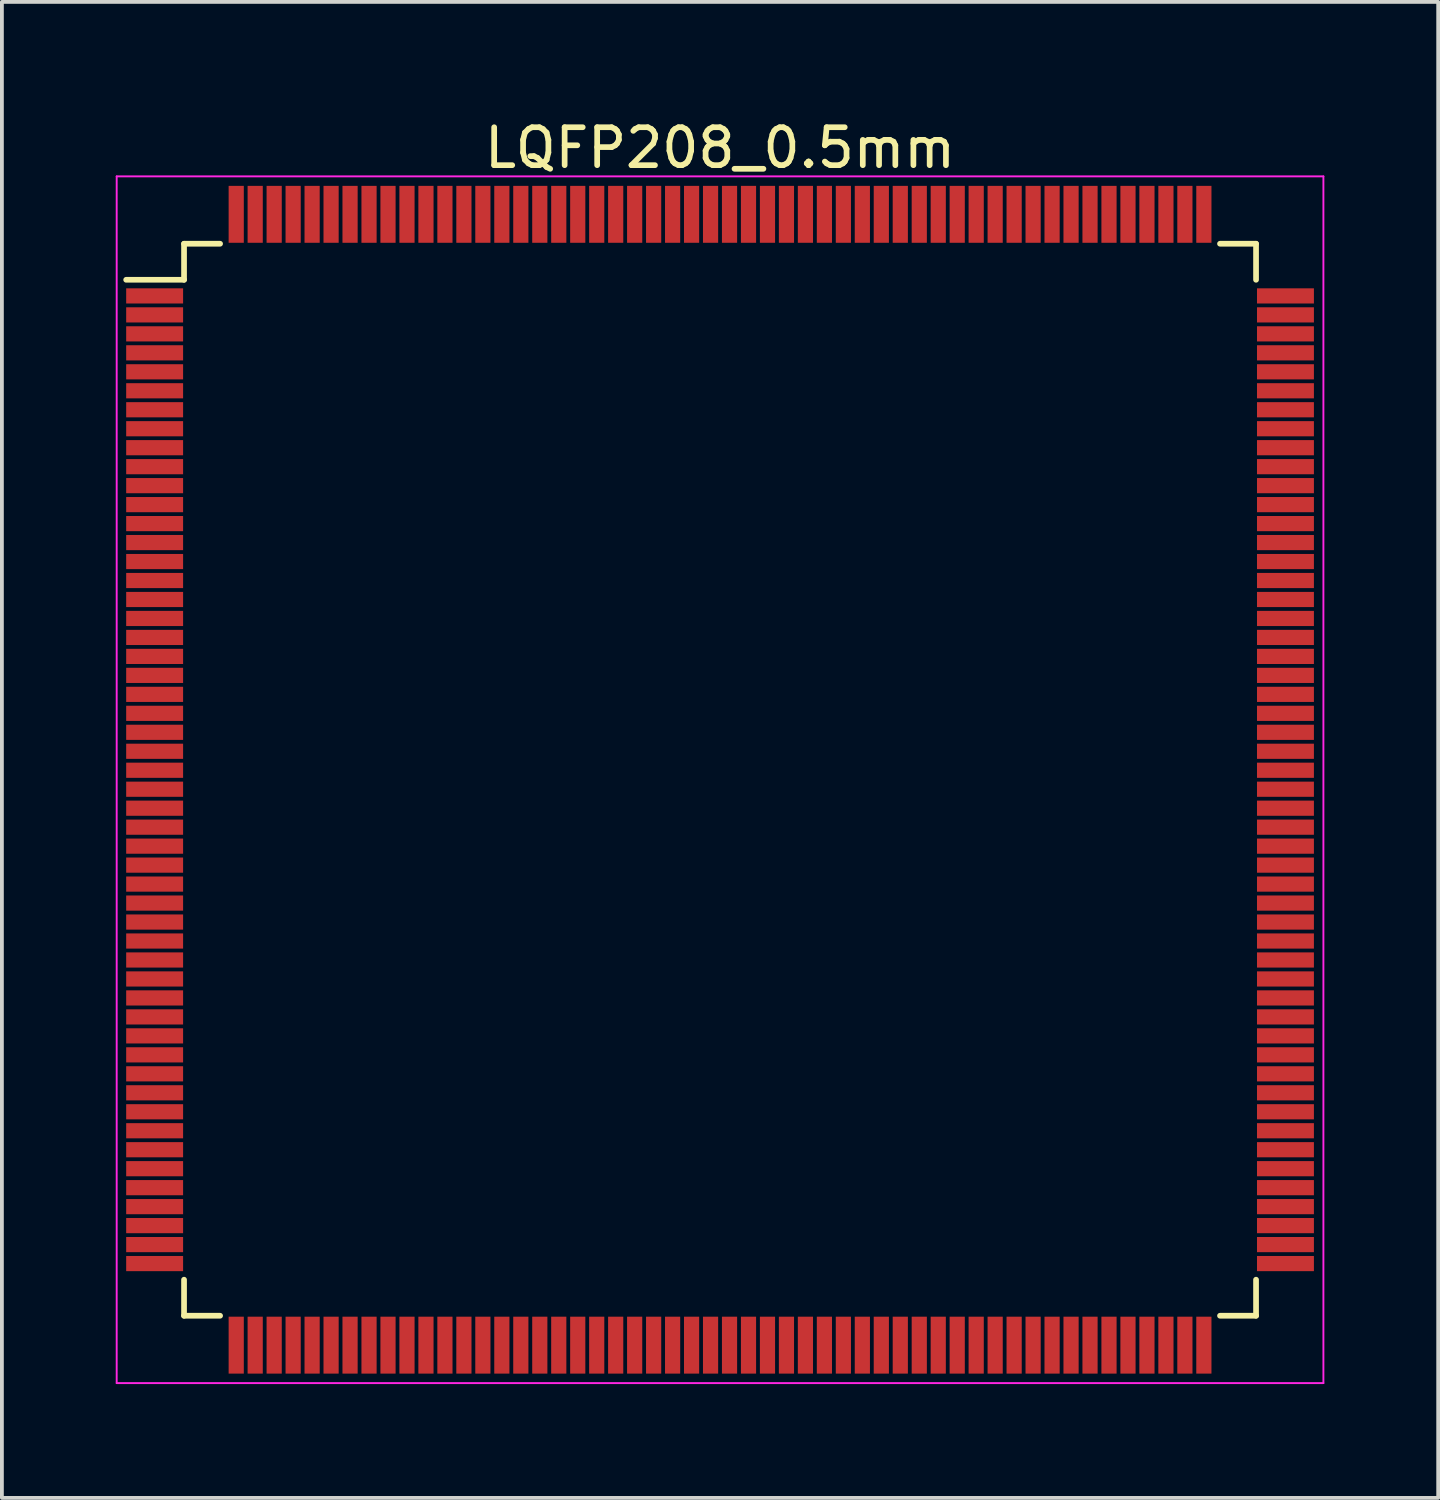
<source format=kicad_pcb>
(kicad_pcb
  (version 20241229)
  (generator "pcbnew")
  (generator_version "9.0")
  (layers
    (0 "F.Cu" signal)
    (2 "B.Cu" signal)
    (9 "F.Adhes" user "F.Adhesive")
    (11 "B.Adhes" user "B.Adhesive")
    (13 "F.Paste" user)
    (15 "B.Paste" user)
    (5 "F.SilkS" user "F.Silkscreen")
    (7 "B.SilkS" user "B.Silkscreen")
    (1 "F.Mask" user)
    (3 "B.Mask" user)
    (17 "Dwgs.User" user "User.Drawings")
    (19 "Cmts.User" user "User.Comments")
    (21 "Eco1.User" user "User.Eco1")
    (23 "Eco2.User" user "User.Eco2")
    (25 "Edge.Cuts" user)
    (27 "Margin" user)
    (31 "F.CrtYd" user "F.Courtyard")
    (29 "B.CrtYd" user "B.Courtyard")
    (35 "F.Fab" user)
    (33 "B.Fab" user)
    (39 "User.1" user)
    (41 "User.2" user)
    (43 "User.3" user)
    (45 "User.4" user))
  (footprint "LQFP208_0.5mm"
    (layer "F.Cu")
    (at 15.925 17.498)
    (property "Reference" "LQFP208_0.5mm" (at 0 -16.65 0) (layer "F.SilkS") (effects (font (size 1 1) (thickness 0.15))))
    (attr smd)
    (fp_line (start -14.125 -14.125) (end -14.125 -13.175) (stroke (width 0.15) (type solid)) (layer "F.SilkS"))
    (fp_line (start -14.125 -14.125) (end -13.175 -14.125) (stroke (width 0.15) (type solid)) (layer "F.SilkS"))
    (fp_line (start -14.125 -13.175) (end -15.65 -13.175) (stroke (width 0.15) (type solid)) (layer "F.SilkS"))
    (fp_line (start -14.125 14.125) (end -14.125 13.175) (stroke (width 0.15) (type solid)) (layer "F.SilkS"))
    (fp_line (start -14.125 14.125) (end -13.175 14.125) (stroke (width 0.15) (type solid)) (layer "F.SilkS"))
    (fp_line (start 14.125 -14.125) (end 13.175 -14.125) (stroke (width 0.15) (type solid)) (layer "F.SilkS"))
    (fp_line (start 14.125 -14.125) (end 14.125 -13.175) (stroke (width 0.15) (type solid)) (layer "F.SilkS"))
    (fp_line (start 14.125 14.125) (end 13.175 14.125) (stroke (width 0.15) (type solid)) (layer "F.SilkS"))
    (fp_line (start 14.125 14.125) (end 14.125 13.175) (stroke (width 0.15) (type solid)) (layer "F.SilkS"))
    (fp_line (start -15.9 -15.9) (end -15.9 15.9) (stroke (width 0.05) (type solid)) (layer "F.CrtYd"))
    (fp_line (start -15.9 -15.9) (end 15.9 -15.9) (stroke (width 0.05) (type solid)) (layer "F.CrtYd"))
    (fp_line (start -15.9 15.9) (end 15.9 15.9) (stroke (width 0.05) (type solid)) (layer "F.CrtYd"))
    (fp_line (start 15.9 -15.9) (end 15.9 15.9) (stroke (width 0.05) (type solid)) (layer "F.CrtYd"))
    (pad "1" smd rect (at -14.9 -12.75) (size 1.5 0.4) (layers "F.Cu" "F.Mask" "F.Paste"))
    (pad "2" smd rect (at -14.9 -12.25) (size 1.5 0.4) (layers "F.Cu" "F.Mask" "F.Paste"))
    (pad "3" smd rect (at -14.9 -11.75) (size 1.5 0.4) (layers "F.Cu" "F.Mask" "F.Paste"))
    (pad "4" smd rect (at -14.9 -11.25) (size 1.5 0.4) (layers "F.Cu" "F.Mask" "F.Paste"))
    (pad "5" smd rect (at -14.9 -10.75) (size 1.5 0.4) (layers "F.Cu" "F.Mask" "F.Paste"))
    (pad "6" smd rect (at -14.9 -10.25) (size 1.5 0.4) (layers "F.Cu" "F.Mask" "F.Paste"))
    (pad "7" smd rect (at -14.9 -9.75) (size 1.5 0.4) (layers "F.Cu" "F.Mask" "F.Paste"))
    (pad "8" smd rect (at -14.9 -9.25) (size 1.5 0.4) (layers "F.Cu" "F.Mask" "F.Paste"))
    (pad "9" smd rect (at -14.9 -8.75) (size 1.5 0.4) (layers "F.Cu" "F.Mask" "F.Paste"))
    (pad "10" smd rect (at -14.9 -8.25) (size 1.5 0.4) (layers "F.Cu" "F.Mask" "F.Paste"))
    (pad "11" smd rect (at -14.9 -7.75) (size 1.5 0.4) (layers "F.Cu" "F.Mask" "F.Paste"))
    (pad "12" smd rect (at -14.9 -7.25) (size 1.5 0.4) (layers "F.Cu" "F.Mask" "F.Paste"))
    (pad "13" smd rect (at -14.9 -6.75) (size 1.5 0.4) (layers "F.Cu" "F.Mask" "F.Paste"))
    (pad "14" smd rect (at -14.9 -6.25) (size 1.5 0.4) (layers "F.Cu" "F.Mask" "F.Paste"))
    (pad "15" smd rect (at -14.9 -5.75) (size 1.5 0.4) (layers "F.Cu" "F.Mask" "F.Paste"))
    (pad "16" smd rect (at -14.9 -5.25) (size 1.5 0.4) (layers "F.Cu" "F.Mask" "F.Paste"))
    (pad "17" smd rect (at -14.9 -4.75) (size 1.5 0.4) (layers "F.Cu" "F.Mask" "F.Paste"))
    (pad "18" smd rect (at -14.9 -4.25) (size 1.5 0.4) (layers "F.Cu" "F.Mask" "F.Paste"))
    (pad "19" smd rect (at -14.9 -3.75) (size 1.5 0.4) (layers "F.Cu" "F.Mask" "F.Paste"))
    (pad "20" smd rect (at -14.9 -3.25) (size 1.5 0.4) (layers "F.Cu" "F.Mask" "F.Paste"))
    (pad "21" smd rect (at -14.9 -2.75) (size 1.5 0.4) (layers "F.Cu" "F.Mask" "F.Paste"))
    (pad "22" smd rect (at -14.9 -2.25) (size 1.5 0.4) (layers "F.Cu" "F.Mask" "F.Paste"))
    (pad "23" smd rect (at -14.9 -1.75) (size 1.5 0.4) (layers "F.Cu" "F.Mask" "F.Paste"))
    (pad "24" smd rect (at -14.9 -1.25) (size 1.5 0.4) (layers "F.Cu" "F.Mask" "F.Paste"))
    (pad "25" smd rect (at -14.9 -0.75) (size 1.5 0.4) (layers "F.Cu" "F.Mask" "F.Paste"))
    (pad "26" smd rect (at -14.9 -0.25) (size 1.5 0.4) (layers "F.Cu" "F.Mask" "F.Paste"))
    (pad "27" smd rect (at -14.9 0.25) (size 1.5 0.4) (layers "F.Cu" "F.Mask" "F.Paste"))
    (pad "28" smd rect (at -14.9 0.75) (size 1.5 0.4) (layers "F.Cu" "F.Mask" "F.Paste"))
    (pad "29" smd rect (at -14.9 1.25) (size 1.5 0.4) (layers "F.Cu" "F.Mask" "F.Paste"))
    (pad "30" smd rect (at -14.9 1.75) (size 1.5 0.4) (layers "F.Cu" "F.Mask" "F.Paste"))
    (pad "31" smd rect (at -14.9 2.25) (size 1.5 0.4) (layers "F.Cu" "F.Mask" "F.Paste"))
    (pad "32" smd rect (at -14.9 2.75) (size 1.5 0.4) (layers "F.Cu" "F.Mask" "F.Paste"))
    (pad "33" smd rect (at -14.9 3.25) (size 1.5 0.4) (layers "F.Cu" "F.Mask" "F.Paste"))
    (pad "34" smd rect (at -14.9 3.75) (size 1.5 0.4) (layers "F.Cu" "F.Mask" "F.Paste"))
    (pad "35" smd rect (at -14.9 4.25) (size 1.5 0.4) (layers "F.Cu" "F.Mask" "F.Paste"))
    (pad "36" smd rect (at -14.9 4.75) (size 1.5 0.4) (layers "F.Cu" "F.Mask" "F.Paste"))
    (pad "37" smd rect (at -14.9 5.25) (size 1.5 0.4) (layers "F.Cu" "F.Mask" "F.Paste"))
    (pad "38" smd rect (at -14.9 5.75) (size 1.5 0.4) (layers "F.Cu" "F.Mask" "F.Paste"))
    (pad "39" smd rect (at -14.9 6.25) (size 1.5 0.4) (layers "F.Cu" "F.Mask" "F.Paste"))
    (pad "40" smd rect (at -14.9 6.75) (size 1.5 0.4) (layers "F.Cu" "F.Mask" "F.Paste"))
    (pad "41" smd rect (at -14.9 7.25) (size 1.5 0.4) (layers "F.Cu" "F.Mask" "F.Paste"))
    (pad "42" smd rect (at -14.9 7.75) (size 1.5 0.4) (layers "F.Cu" "F.Mask" "F.Paste"))
    (pad "43" smd rect (at -14.9 8.25) (size 1.5 0.4) (layers "F.Cu" "F.Mask" "F.Paste"))
    (pad "44" smd rect (at -14.9 8.75) (size 1.5 0.4) (layers "F.Cu" "F.Mask" "F.Paste"))
    (pad "45" smd rect (at -14.9 9.25) (size 1.5 0.4) (layers "F.Cu" "F.Mask" "F.Paste"))
    (pad "46" smd rect (at -14.9 9.75) (size 1.5 0.4) (layers "F.Cu" "F.Mask" "F.Paste"))
    (pad "47" smd rect (at -14.9 10.25) (size 1.5 0.4) (layers "F.Cu" "F.Mask" "F.Paste"))
    (pad "48" smd rect (at -14.9 10.75) (size 1.5 0.4) (layers "F.Cu" "F.Mask" "F.Paste"))
    (pad "49" smd rect (at -14.9 11.25) (size 1.5 0.4) (layers "F.Cu" "F.Mask" "F.Paste"))
    (pad "50" smd rect (at -14.9 11.75) (size 1.5 0.4) (layers "F.Cu" "F.Mask" "F.Paste"))
    (pad "51" smd rect (at -14.9 12.25) (size 1.5 0.4) (layers "F.Cu" "F.Mask" "F.Paste"))
    (pad "52" smd rect (at -14.9 12.75) (size 1.5 0.4) (layers "F.Cu" "F.Mask" "F.Paste"))
    (pad "53" smd rect (at -12.75 14.9 90) (size 1.5 0.4) (layers "F.Cu" "F.Mask" "F.Paste"))
    (pad "54" smd rect (at -12.25 14.9 90) (size 1.5 0.4) (layers "F.Cu" "F.Mask" "F.Paste"))
    (pad "55" smd rect (at -11.75 14.9 90) (size 1.5 0.4) (layers "F.Cu" "F.Mask" "F.Paste"))
    (pad "56" smd rect (at -11.25 14.9 90) (size 1.5 0.4) (layers "F.Cu" "F.Mask" "F.Paste"))
    (pad "57" smd rect (at -10.75 14.9 90) (size 1.5 0.4) (layers "F.Cu" "F.Mask" "F.Paste"))
    (pad "58" smd rect (at -10.25 14.9 90) (size 1.5 0.4) (layers "F.Cu" "F.Mask" "F.Paste"))
    (pad "59" smd rect (at -9.75 14.9 90) (size 1.5 0.4) (layers "F.Cu" "F.Mask" "F.Paste"))
    (pad "60" smd rect (at -9.25 14.9 90) (size 1.5 0.4) (layers "F.Cu" "F.Mask" "F.Paste"))
    (pad "61" smd rect (at -8.75 14.9 90) (size 1.5 0.4) (layers "F.Cu" "F.Mask" "F.Paste"))
    (pad "62" smd rect (at -8.25 14.9 90) (size 1.5 0.4) (layers "F.Cu" "F.Mask" "F.Paste"))
    (pad "63" smd rect (at -7.75 14.9 90) (size 1.5 0.4) (layers "F.Cu" "F.Mask" "F.Paste"))
    (pad "64" smd rect (at -7.25 14.9 90) (size 1.5 0.4) (layers "F.Cu" "F.Mask" "F.Paste"))
    (pad "65" smd rect (at -6.75 14.9 90) (size 1.5 0.4) (layers "F.Cu" "F.Mask" "F.Paste"))
    (pad "66" smd rect (at -6.25 14.9 90) (size 1.5 0.4) (layers "F.Cu" "F.Mask" "F.Paste"))
    (pad "67" smd rect (at -5.75 14.9 90) (size 1.5 0.4) (layers "F.Cu" "F.Mask" "F.Paste"))
    (pad "68" smd rect (at -5.25 14.9 90) (size 1.5 0.4) (layers "F.Cu" "F.Mask" "F.Paste"))
    (pad "69" smd rect (at -4.75 14.9 90) (size 1.5 0.4) (layers "F.Cu" "F.Mask" "F.Paste"))
    (pad "70" smd rect (at -4.25 14.9 90) (size 1.5 0.4) (layers "F.Cu" "F.Mask" "F.Paste"))
    (pad "71" smd rect (at -3.75 14.9 90) (size 1.5 0.4) (layers "F.Cu" "F.Mask" "F.Paste"))
    (pad "72" smd rect (at -3.25 14.9 90) (size 1.5 0.4) (layers "F.Cu" "F.Mask" "F.Paste"))
    (pad "73" smd rect (at -2.75 14.9 90) (size 1.5 0.4) (layers "F.Cu" "F.Mask" "F.Paste"))
    (pad "74" smd rect (at -2.25 14.9 90) (size 1.5 0.4) (layers "F.Cu" "F.Mask" "F.Paste"))
    (pad "75" smd rect (at -1.75 14.9 90) (size 1.5 0.4) (layers "F.Cu" "F.Mask" "F.Paste"))
    (pad "76" smd rect (at -1.25 14.9 90) (size 1.5 0.4) (layers "F.Cu" "F.Mask" "F.Paste"))
    (pad "77" smd rect (at -0.75 14.9 90) (size 1.5 0.4) (layers "F.Cu" "F.Mask" "F.Paste"))
    (pad "78" smd rect (at -0.25 14.9 90) (size 1.5 0.4) (layers "F.Cu" "F.Mask" "F.Paste"))
    (pad "79" smd rect (at 0.25 14.9 90) (size 1.5 0.4) (layers "F.Cu" "F.Mask" "F.Paste"))
    (pad "80" smd rect (at 0.75 14.9 90) (size 1.5 0.4) (layers "F.Cu" "F.Mask" "F.Paste"))
    (pad "81" smd rect (at 1.25 14.9 90) (size 1.5 0.4) (layers "F.Cu" "F.Mask" "F.Paste"))
    (pad "82" smd rect (at 1.75 14.9 90) (size 1.5 0.4) (layers "F.Cu" "F.Mask" "F.Paste"))
    (pad "83" smd rect (at 2.25 14.9 90) (size 1.5 0.4) (layers "F.Cu" "F.Mask" "F.Paste"))
    (pad "84" smd rect (at 2.75 14.9 90) (size 1.5 0.4) (layers "F.Cu" "F.Mask" "F.Paste"))
    (pad "85" smd rect (at 3.25 14.9 90) (size 1.5 0.4) (layers "F.Cu" "F.Mask" "F.Paste"))
    (pad "86" smd rect (at 3.75 14.9 90) (size 1.5 0.4) (layers "F.Cu" "F.Mask" "F.Paste"))
    (pad "87" smd rect (at 4.25 14.9 90) (size 1.5 0.4) (layers "F.Cu" "F.Mask" "F.Paste"))
    (pad "88" smd rect (at 4.75 14.9 90) (size 1.5 0.4) (layers "F.Cu" "F.Mask" "F.Paste"))
    (pad "89" smd rect (at 5.25 14.9 90) (size 1.5 0.4) (layers "F.Cu" "F.Mask" "F.Paste"))
    (pad "90" smd rect (at 5.75 14.9 90) (size 1.5 0.4) (layers "F.Cu" "F.Mask" "F.Paste"))
    (pad "91" smd rect (at 6.25 14.9 90) (size 1.5 0.4) (layers "F.Cu" "F.Mask" "F.Paste"))
    (pad "92" smd rect (at 6.75 14.9 90) (size 1.5 0.4) (layers "F.Cu" "F.Mask" "F.Paste"))
    (pad "93" smd rect (at 7.25 14.9 90) (size 1.5 0.4) (layers "F.Cu" "F.Mask" "F.Paste"))
    (pad "94" smd rect (at 7.75 14.9 90) (size 1.5 0.4) (layers "F.Cu" "F.Mask" "F.Paste"))
    (pad "95" smd rect (at 8.25 14.9 90) (size 1.5 0.4) (layers "F.Cu" "F.Mask" "F.Paste"))
    (pad "96" smd rect (at 8.75 14.9 90) (size 1.5 0.4) (layers "F.Cu" "F.Mask" "F.Paste"))
    (pad "97" smd rect (at 9.25 14.9 90) (size 1.5 0.4) (layers "F.Cu" "F.Mask" "F.Paste"))
    (pad "98" smd rect (at 9.75 14.9 90) (size 1.5 0.4) (layers "F.Cu" "F.Mask" "F.Paste"))
    (pad "99" smd rect (at 10.25 14.9 90) (size 1.5 0.4) (layers "F.Cu" "F.Mask" "F.Paste"))
    (pad "100" smd rect (at 10.75 14.9 90) (size 1.5 0.4) (layers "F.Cu" "F.Mask" "F.Paste"))
    (pad "101" smd rect (at 11.25 14.9 90) (size 1.5 0.4) (layers "F.Cu" "F.Mask" "F.Paste"))
    (pad "102" smd rect (at 11.75 14.9 90) (size 1.5 0.4) (layers "F.Cu" "F.Mask" "F.Paste"))
    (pad "103" smd rect (at 12.25 14.9 90) (size 1.5 0.4) (layers "F.Cu" "F.Mask" "F.Paste"))
    (pad "104" smd rect (at 12.75 14.9 90) (size 1.5 0.4) (layers "F.Cu" "F.Mask" "F.Paste"))
    (pad "105" smd rect (at 14.9 12.75) (size 1.5 0.4) (layers "F.Cu" "F.Mask" "F.Paste"))
    (pad "106" smd rect (at 14.9 12.25) (size 1.5 0.4) (layers "F.Cu" "F.Mask" "F.Paste"))
    (pad "107" smd rect (at 14.9 11.75) (size 1.5 0.4) (layers "F.Cu" "F.Mask" "F.Paste"))
    (pad "108" smd rect (at 14.9 11.25) (size 1.5 0.4) (layers "F.Cu" "F.Mask" "F.Paste"))
    (pad "109" smd rect (at 14.9 10.75) (size 1.5 0.4) (layers "F.Cu" "F.Mask" "F.Paste"))
    (pad "110" smd rect (at 14.9 10.25) (size 1.5 0.4) (layers "F.Cu" "F.Mask" "F.Paste"))
    (pad "111" smd rect (at 14.9 9.75) (size 1.5 0.4) (layers "F.Cu" "F.Mask" "F.Paste"))
    (pad "112" smd rect (at 14.9 9.25) (size 1.5 0.4) (layers "F.Cu" "F.Mask" "F.Paste"))
    (pad "113" smd rect (at 14.9 8.75) (size 1.5 0.4) (layers "F.Cu" "F.Mask" "F.Paste"))
    (pad "114" smd rect (at 14.9 8.25) (size 1.5 0.4) (layers "F.Cu" "F.Mask" "F.Paste"))
    (pad "115" smd rect (at 14.9 7.75) (size 1.5 0.4) (layers "F.Cu" "F.Mask" "F.Paste"))
    (pad "116" smd rect (at 14.9 7.25) (size 1.5 0.4) (layers "F.Cu" "F.Mask" "F.Paste"))
    (pad "117" smd rect (at 14.9 6.75) (size 1.5 0.4) (layers "F.Cu" "F.Mask" "F.Paste"))
    (pad "118" smd rect (at 14.9 6.25) (size 1.5 0.4) (layers "F.Cu" "F.Mask" "F.Paste"))
    (pad "119" smd rect (at 14.9 5.75) (size 1.5 0.4) (layers "F.Cu" "F.Mask" "F.Paste"))
    (pad "120" smd rect (at 14.9 5.25) (size 1.5 0.4) (layers "F.Cu" "F.Mask" "F.Paste"))
    (pad "121" smd rect (at 14.9 4.75) (size 1.5 0.4) (layers "F.Cu" "F.Mask" "F.Paste"))
    (pad "122" smd rect (at 14.9 4.25) (size 1.5 0.4) (layers "F.Cu" "F.Mask" "F.Paste"))
    (pad "123" smd rect (at 14.9 3.75) (size 1.5 0.4) (layers "F.Cu" "F.Mask" "F.Paste"))
    (pad "124" smd rect (at 14.9 3.25) (size 1.5 0.4) (layers "F.Cu" "F.Mask" "F.Paste"))
    (pad "125" smd rect (at 14.9 2.75) (size 1.5 0.4) (layers "F.Cu" "F.Mask" "F.Paste"))
    (pad "126" smd rect (at 14.9 2.25) (size 1.5 0.4) (layers "F.Cu" "F.Mask" "F.Paste"))
    (pad "127" smd rect (at 14.9 1.75) (size 1.5 0.4) (layers "F.Cu" "F.Mask" "F.Paste"))
    (pad "128" smd rect (at 14.9 1.25) (size 1.5 0.4) (layers "F.Cu" "F.Mask" "F.Paste"))
    (pad "129" smd rect (at 14.9 0.75) (size 1.5 0.4) (layers "F.Cu" "F.Mask" "F.Paste"))
    (pad "130" smd rect (at 14.9 0.25) (size 1.5 0.4) (layers "F.Cu" "F.Mask" "F.Paste"))
    (pad "131" smd rect (at 14.9 -0.25) (size 1.5 0.4) (layers "F.Cu" "F.Mask" "F.Paste"))
    (pad "132" smd rect (at 14.9 -0.75) (size 1.5 0.4) (layers "F.Cu" "F.Mask" "F.Paste"))
    (pad "133" smd rect (at 14.9 -1.25) (size 1.5 0.4) (layers "F.Cu" "F.Mask" "F.Paste"))
    (pad "134" smd rect (at 14.9 -1.75) (size 1.5 0.4) (layers "F.Cu" "F.Mask" "F.Paste"))
    (pad "135" smd rect (at 14.9 -2.25) (size 1.5 0.4) (layers "F.Cu" "F.Mask" "F.Paste"))
    (pad "136" smd rect (at 14.9 -2.75) (size 1.5 0.4) (layers "F.Cu" "F.Mask" "F.Paste"))
    (pad "137" smd rect (at 14.9 -3.25) (size 1.5 0.4) (layers "F.Cu" "F.Mask" "F.Paste"))
    (pad "138" smd rect (at 14.9 -3.75) (size 1.5 0.4) (layers "F.Cu" "F.Mask" "F.Paste"))
    (pad "139" smd rect (at 14.9 -4.25) (size 1.5 0.4) (layers "F.Cu" "F.Mask" "F.Paste"))
    (pad "140" smd rect (at 14.9 -4.75) (size 1.5 0.4) (layers "F.Cu" "F.Mask" "F.Paste"))
    (pad "141" smd rect (at 14.9 -5.25) (size 1.5 0.4) (layers "F.Cu" "F.Mask" "F.Paste"))
    (pad "142" smd rect (at 14.9 -5.75) (size 1.5 0.4) (layers "F.Cu" "F.Mask" "F.Paste"))
    (pad "143" smd rect (at 14.9 -6.25) (size 1.5 0.4) (layers "F.Cu" "F.Mask" "F.Paste"))
    (pad "144" smd rect (at 14.9 -6.75) (size 1.5 0.4) (layers "F.Cu" "F.Mask" "F.Paste"))
    (pad "145" smd rect (at 14.9 -7.25) (size 1.5 0.4) (layers "F.Cu" "F.Mask" "F.Paste"))
    (pad "146" smd rect (at 14.9 -7.75) (size 1.5 0.4) (layers "F.Cu" "F.Mask" "F.Paste"))
    (pad "147" smd rect (at 14.9 -8.25) (size 1.5 0.4) (layers "F.Cu" "F.Mask" "F.Paste"))
    (pad "148" smd rect (at 14.9 -8.75) (size 1.5 0.4) (layers "F.Cu" "F.Mask" "F.Paste"))
    (pad "149" smd rect (at 14.9 -9.25) (size 1.5 0.4) (layers "F.Cu" "F.Mask" "F.Paste"))
    (pad "150" smd rect (at 14.9 -9.75) (size 1.5 0.4) (layers "F.Cu" "F.Mask" "F.Paste"))
    (pad "151" smd rect (at 14.9 -10.25) (size 1.5 0.4) (layers "F.Cu" "F.Mask" "F.Paste"))
    (pad "152" smd rect (at 14.9 -10.75) (size 1.5 0.4) (layers "F.Cu" "F.Mask" "F.Paste"))
    (pad "153" smd rect (at 14.9 -11.25) (size 1.5 0.4) (layers "F.Cu" "F.Mask" "F.Paste"))
    (pad "154" smd rect (at 14.9 -11.75) (size 1.5 0.4) (layers "F.Cu" "F.Mask" "F.Paste"))
    (pad "155" smd rect (at 14.9 -12.25) (size 1.5 0.4) (layers "F.Cu" "F.Mask" "F.Paste"))
    (pad "156" smd rect (at 14.9 -12.75) (size 1.5 0.4) (layers "F.Cu" "F.Mask" "F.Paste"))
    (pad "157" smd rect (at 12.75 -14.9 90) (size 1.5 0.4) (layers "F.Cu" "F.Mask" "F.Paste"))
    (pad "158" smd rect (at 12.25 -14.9 90) (size 1.5 0.4) (layers "F.Cu" "F.Mask" "F.Paste"))
    (pad "159" smd rect (at 11.75 -14.9 90) (size 1.5 0.4) (layers "F.Cu" "F.Mask" "F.Paste"))
    (pad "160" smd rect (at 11.25 -14.9 90) (size 1.5 0.4) (layers "F.Cu" "F.Mask" "F.Paste"))
    (pad "161" smd rect (at 10.75 -14.9 90) (size 1.5 0.4) (layers "F.Cu" "F.Mask" "F.Paste"))
    (pad "162" smd rect (at 10.25 -14.9 90) (size 1.5 0.4) (layers "F.Cu" "F.Mask" "F.Paste"))
    (pad "163" smd rect (at 9.75 -14.9 90) (size 1.5 0.4) (layers "F.Cu" "F.Mask" "F.Paste"))
    (pad "164" smd rect (at 9.25 -14.9 90) (size 1.5 0.4) (layers "F.Cu" "F.Mask" "F.Paste"))
    (pad "165" smd rect (at 8.75 -14.9 90) (size 1.5 0.4) (layers "F.Cu" "F.Mask" "F.Paste"))
    (pad "166" smd rect (at 8.25 -14.9 90) (size 1.5 0.4) (layers "F.Cu" "F.Mask" "F.Paste"))
    (pad "167" smd rect (at 7.75 -14.9 90) (size 1.5 0.4) (layers "F.Cu" "F.Mask" "F.Paste"))
    (pad "168" smd rect (at 7.25 -14.9 90) (size 1.5 0.4) (layers "F.Cu" "F.Mask" "F.Paste"))
    (pad "169" smd rect (at 6.75 -14.9 90) (size 1.5 0.4) (layers "F.Cu" "F.Mask" "F.Paste"))
    (pad "170" smd rect (at 6.25 -14.9 90) (size 1.5 0.4) (layers "F.Cu" "F.Mask" "F.Paste"))
    (pad "171" smd rect (at 5.75 -14.9 90) (size 1.5 0.4) (layers "F.Cu" "F.Mask" "F.Paste"))
    (pad "172" smd rect (at 5.25 -14.9 90) (size 1.5 0.4) (layers "F.Cu" "F.Mask" "F.Paste"))
    (pad "173" smd rect (at 4.75 -14.9 90) (size 1.5 0.4) (layers "F.Cu" "F.Mask" "F.Paste"))
    (pad "174" smd rect (at 4.25 -14.9 90) (size 1.5 0.4) (layers "F.Cu" "F.Mask" "F.Paste"))
    (pad "175" smd rect (at 3.75 -14.9 90) (size 1.5 0.4) (layers "F.Cu" "F.Mask" "F.Paste"))
    (pad "176" smd rect (at 3.25 -14.9 90) (size 1.5 0.4) (layers "F.Cu" "F.Mask" "F.Paste"))
    (pad "177" smd rect (at 2.75 -14.9 90) (size 1.5 0.4) (layers "F.Cu" "F.Mask" "F.Paste"))
    (pad "178" smd rect (at 2.25 -14.9 90) (size 1.5 0.4) (layers "F.Cu" "F.Mask" "F.Paste"))
    (pad "179" smd rect (at 1.75 -14.9 90) (size 1.5 0.4) (layers "F.Cu" "F.Mask" "F.Paste"))
    (pad "180" smd rect (at 1.25 -14.9 90) (size 1.5 0.4) (layers "F.Cu" "F.Mask" "F.Paste"))
    (pad "181" smd rect (at 0.75 -14.9 90) (size 1.5 0.4) (layers "F.Cu" "F.Mask" "F.Paste"))
    (pad "182" smd rect (at 0.25 -14.9 90) (size 1.5 0.4) (layers "F.Cu" "F.Mask" "F.Paste"))
    (pad "183" smd rect (at -0.25 -14.9 90) (size 1.5 0.4) (layers "F.Cu" "F.Mask" "F.Paste"))
    (pad "184" smd rect (at -0.75 -14.9 90) (size 1.5 0.4) (layers "F.Cu" "F.Mask" "F.Paste"))
    (pad "185" smd rect (at -1.25 -14.9 90) (size 1.5 0.4) (layers "F.Cu" "F.Mask" "F.Paste"))
    (pad "186" smd rect (at -1.75 -14.9 90) (size 1.5 0.4) (layers "F.Cu" "F.Mask" "F.Paste"))
    (pad "187" smd rect (at -2.25 -14.9 90) (size 1.5 0.4) (layers "F.Cu" "F.Mask" "F.Paste"))
    (pad "188" smd rect (at -2.75 -14.9 90) (size 1.5 0.4) (layers "F.Cu" "F.Mask" "F.Paste"))
    (pad "189" smd rect (at -3.25 -14.9 90) (size 1.5 0.4) (layers "F.Cu" "F.Mask" "F.Paste"))
    (pad "190" smd rect (at -3.75 -14.9 90) (size 1.5 0.4) (layers "F.Cu" "F.Mask" "F.Paste"))
    (pad "191" smd rect (at -4.25 -14.9 90) (size 1.5 0.4) (layers "F.Cu" "F.Mask" "F.Paste"))
    (pad "192" smd rect (at -4.75 -14.9 90) (size 1.5 0.4) (layers "F.Cu" "F.Mask" "F.Paste"))
    (pad "193" smd rect (at -5.25 -14.9 90) (size 1.5 0.4) (layers "F.Cu" "F.Mask" "F.Paste"))
    (pad "194" smd rect (at -5.75 -14.9 90) (size 1.5 0.4) (layers "F.Cu" "F.Mask" "F.Paste"))
    (pad "195" smd rect (at -6.25 -14.9 90) (size 1.5 0.4) (layers "F.Cu" "F.Mask" "F.Paste"))
    (pad "196" smd rect (at -6.75 -14.9 90) (size 1.5 0.4) (layers "F.Cu" "F.Mask" "F.Paste"))
    (pad "197" smd rect (at -7.25 -14.9 90) (size 1.5 0.4) (layers "F.Cu" "F.Mask" "F.Paste"))
    (pad "198" smd rect (at -7.75 -14.9 90) (size 1.5 0.4) (layers "F.Cu" "F.Mask" "F.Paste"))
    (pad "199" smd rect (at -8.25 -14.9 90) (size 1.5 0.4) (layers "F.Cu" "F.Mask" "F.Paste"))
    (pad "200" smd rect (at -8.75 -14.9 90) (size 1.5 0.4) (layers "F.Cu" "F.Mask" "F.Paste"))
    (pad "201" smd rect (at -9.25 -14.9 90) (size 1.5 0.4) (layers "F.Cu" "F.Mask" "F.Paste"))
    (pad "202" smd rect (at -9.75 -14.9 90) (size 1.5 0.4) (layers "F.Cu" "F.Mask" "F.Paste"))
    (pad "203" smd rect (at -10.25 -14.9 90) (size 1.5 0.4) (layers "F.Cu" "F.Mask" "F.Paste"))
    (pad "204" smd rect (at -10.75 -14.9 90) (size 1.5 0.4) (layers "F.Cu" "F.Mask" "F.Paste"))
    (pad "205" smd rect (at -11.25 -14.9 90) (size 1.5 0.4) (layers "F.Cu" "F.Mask" "F.Paste"))
    (pad "206" smd rect (at -11.75 -14.9 90) (size 1.5 0.4) (layers "F.Cu" "F.Mask" "F.Paste"))
    (pad "207" smd rect (at -12.25 -14.9 90) (size 1.5 0.4) (layers "F.Cu" "F.Mask" "F.Paste"))
    (pad "208" smd rect (at -12.75 -14.9 90) (size 1.5 0.4) (layers "F.Cu" "F.Mask" "F.Paste")))
  (gr_rect
    (start -3 -3)
    (end 34.85 36.423)
    (stroke (width 0.1) (type default))
    (fill no)
    (layer "Edge.Cuts")))
</source>
